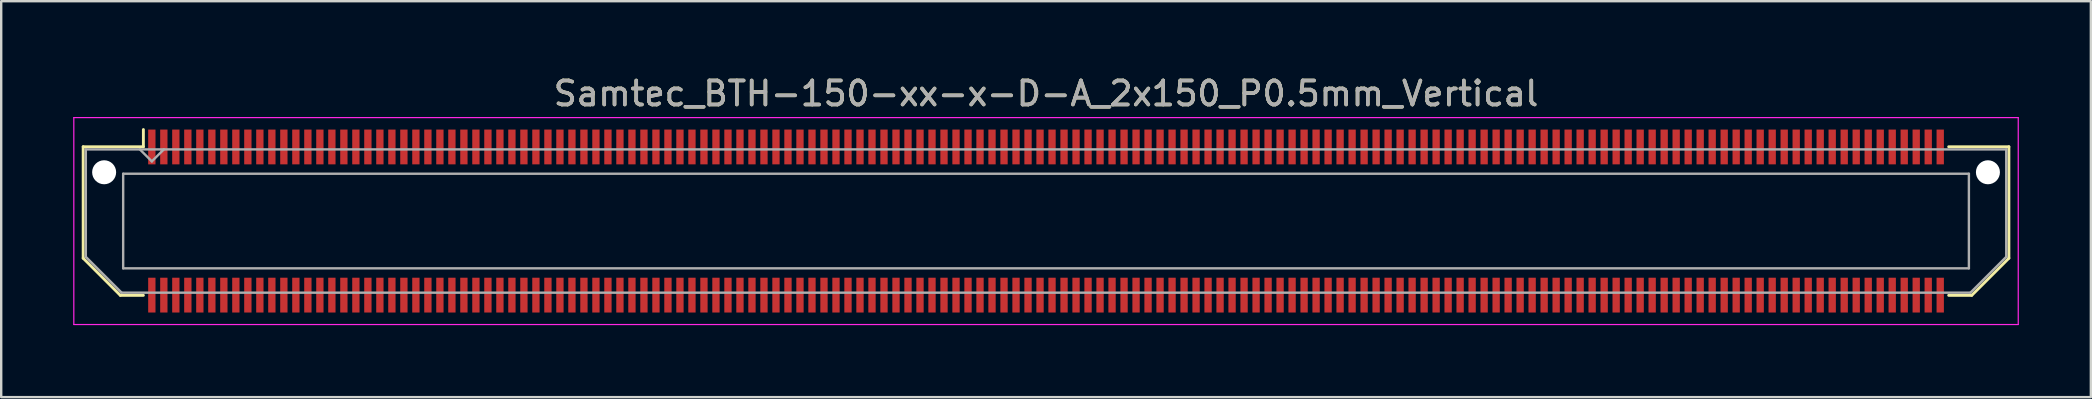
<source format=kicad_pcb>
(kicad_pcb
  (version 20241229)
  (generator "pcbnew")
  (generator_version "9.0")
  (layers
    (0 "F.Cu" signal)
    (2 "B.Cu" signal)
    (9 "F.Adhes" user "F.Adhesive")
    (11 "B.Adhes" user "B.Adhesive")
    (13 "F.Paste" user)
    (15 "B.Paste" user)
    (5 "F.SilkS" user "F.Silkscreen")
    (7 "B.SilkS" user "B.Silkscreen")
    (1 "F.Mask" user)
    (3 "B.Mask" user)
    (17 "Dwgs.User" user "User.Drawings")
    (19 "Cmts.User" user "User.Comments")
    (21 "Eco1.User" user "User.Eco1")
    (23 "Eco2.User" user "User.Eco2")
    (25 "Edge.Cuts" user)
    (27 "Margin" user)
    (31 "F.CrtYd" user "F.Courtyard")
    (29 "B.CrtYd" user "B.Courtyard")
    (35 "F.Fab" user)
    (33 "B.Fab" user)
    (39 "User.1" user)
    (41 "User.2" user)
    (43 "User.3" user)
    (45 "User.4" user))
  (footprint "Samtec_BTH-150-xx-x-D-A_2x150_P0.5mm_Vertical"
    (layer "F.Cu")
    (at 40.525 6.158)
    (property "Reference" "Samtec_BTH-150-xx-x-D-A_2x150_P0.5mm_Vertical" (at 0 -5.31 0) (layer "F.SilkS") (effects (font (size 1 1) (thickness 0.15))))
    (attr smd)
    (fp_line (start -40.11 -3.095) (end -40.11 1.548) (stroke (width 0.12) (type solid)) (layer "F.SilkS"))
    (fp_line (start -40.11 1.548) (end -38.562 3.095) (stroke (width 0.12) (type solid)) (layer "F.SilkS"))
    (fp_line (start -38.562 3.095) (end -37.602 3.095) (stroke (width 0.12) (type solid)) (layer "F.SilkS"))
    (fp_line (start -37.602 -3.811) (end -37.602 -3.095) (stroke (width 0.12) (type solid)) (layer "F.SilkS"))
    (fp_line (start -37.602 -3.095) (end -40.11 -3.095) (stroke (width 0.12) (type solid)) (layer "F.SilkS"))
    (fp_line (start 37.602 -3.095) (end 40.11 -3.095) (stroke (width 0.12) (type solid)) (layer "F.SilkS"))
    (fp_line (start 38.562 3.095) (end 37.602 3.095) (stroke (width 0.12) (type solid)) (layer "F.SilkS"))
    (fp_line (start 40.11 -3.095) (end 40.11 1.548) (stroke (width 0.12) (type solid)) (layer "F.SilkS"))
    (fp_line (start 40.11 1.548) (end 38.562 3.095) (stroke (width 0.12) (type solid)) (layer "F.SilkS"))
    (fp_line (start -40.5 -4.31) (end -40.5 4.31) (stroke (width 0.05) (type solid)) (layer "F.CrtYd"))
    (fp_line (start -40.5 4.31) (end 40.5 4.31) (stroke (width 0.05) (type solid)) (layer "F.CrtYd"))
    (fp_line (start 40.5 -4.31) (end -40.5 -4.31) (stroke (width 0.05) (type solid)) (layer "F.CrtYd"))
    (fp_line (start 40.5 4.31) (end 40.5 -4.31) (stroke (width 0.05) (type solid)) (layer "F.CrtYd"))
    (fp_line (start -40 -2.985) (end -40 1.492) (stroke (width 0.1) (type solid)) (layer "F.Fab"))
    (fp_line (start -40 -2.985) (end 40 -2.985) (stroke (width 0.1) (type solid)) (layer "F.Fab"))
    (fp_line (start -40 1.492) (end -38.508 2.985) (stroke (width 0.1) (type solid)) (layer "F.Fab"))
    (fp_line (start -38.508 2.985) (end 38.508 2.985) (stroke (width 0.1) (type solid)) (layer "F.Fab"))
    (fp_line (start -38.444 -1.97) (end -38.444 1.97) (stroke (width 0.1) (type solid)) (layer "F.Fab"))
    (fp_line (start -38.444 1.97) (end 38.444 1.97) (stroke (width 0.1) (type solid)) (layer "F.Fab"))
    (fp_line (start -37.25 -2.485) (end -37.75 -2.985) (stroke (width 0.1) (type solid)) (layer "F.Fab"))
    (fp_line (start -36.75 -2.985) (end -37.25 -2.485) (stroke (width 0.1) (type solid)) (layer "F.Fab"))
    (fp_line (start 38.444 -1.97) (end -38.444 -1.97) (stroke (width 0.1) (type solid)) (layer "F.Fab"))
    (fp_line (start 38.444 1.97) (end 38.444 -1.97) (stroke (width 0.1) (type solid)) (layer "F.Fab"))
    (fp_line (start 40 -2.985) (end 40 1.492) (stroke (width 0.1) (type solid)) (layer "F.Fab"))
    (fp_line (start 40 1.492) (end 38.508 2.985) (stroke (width 0.1) (type solid)) (layer "F.Fab"))
    (fp_text user "${REFERENCE}" (at 0 -5.31 0) (layer "F.Fab") (effects (font (size 1 1) (thickness 0.15))))
    (pad "" np_thru_hole circle (at -39.237 -2.032) (size 1 1) (drill 1) (layers "*.Cu" "*.Mask"))
    (pad "" np_thru_hole circle (at 39.237 -2.032) (size 1 1) (drill 1) (layers "*.Cu" "*.Mask"))
    (pad "1" smd rect (at -37.25 -3.086) (size 0.305 1.45) (layers "F.Cu" "F.Mask" "F.Paste"))
    (pad "2" smd rect (at -37.25 3.086) (size 0.305 1.45) (layers "F.Cu" "F.Mask" "F.Paste"))
    (pad "3" smd rect (at -36.75 -3.086) (size 0.305 1.45) (layers "F.Cu" "F.Mask" "F.Paste"))
    (pad "4" smd rect (at -36.75 3.086) (size 0.305 1.45) (layers "F.Cu" "F.Mask" "F.Paste"))
    (pad "5" smd rect (at -36.25 -3.086) (size 0.305 1.45) (layers "F.Cu" "F.Mask" "F.Paste"))
    (pad "6" smd rect (at -36.25 3.086) (size 0.305 1.45) (layers "F.Cu" "F.Mask" "F.Paste"))
    (pad "7" smd rect (at -35.75 -3.086) (size 0.305 1.45) (layers "F.Cu" "F.Mask" "F.Paste"))
    (pad "8" smd rect (at -35.75 3.086) (size 0.305 1.45) (layers "F.Cu" "F.Mask" "F.Paste"))
    (pad "9" smd rect (at -35.25 -3.086) (size 0.305 1.45) (layers "F.Cu" "F.Mask" "F.Paste"))
    (pad "10" smd rect (at -35.25 3.086) (size 0.305 1.45) (layers "F.Cu" "F.Mask" "F.Paste"))
    (pad "11" smd rect (at -34.75 -3.086) (size 0.305 1.45) (layers "F.Cu" "F.Mask" "F.Paste"))
    (pad "12" smd rect (at -34.75 3.086) (size 0.305 1.45) (layers "F.Cu" "F.Mask" "F.Paste"))
    (pad "13" smd rect (at -34.25 -3.086) (size 0.305 1.45) (layers "F.Cu" "F.Mask" "F.Paste"))
    (pad "14" smd rect (at -34.25 3.086) (size 0.305 1.45) (layers "F.Cu" "F.Mask" "F.Paste"))
    (pad "15" smd rect (at -33.75 -3.086) (size 0.305 1.45) (layers "F.Cu" "F.Mask" "F.Paste"))
    (pad "16" smd rect (at -33.75 3.086) (size 0.305 1.45) (layers "F.Cu" "F.Mask" "F.Paste"))
    (pad "17" smd rect (at -33.25 -3.086) (size 0.305 1.45) (layers "F.Cu" "F.Mask" "F.Paste"))
    (pad "18" smd rect (at -33.25 3.086) (size 0.305 1.45) (layers "F.Cu" "F.Mask" "F.Paste"))
    (pad "19" smd rect (at -32.75 -3.086) (size 0.305 1.45) (layers "F.Cu" "F.Mask" "F.Paste"))
    (pad "20" smd rect (at -32.75 3.086) (size 0.305 1.45) (layers "F.Cu" "F.Mask" "F.Paste"))
    (pad "21" smd rect (at -32.25 -3.086) (size 0.305 1.45) (layers "F.Cu" "F.Mask" "F.Paste"))
    (pad "22" smd rect (at -32.25 3.086) (size 0.305 1.45) (layers "F.Cu" "F.Mask" "F.Paste"))
    (pad "23" smd rect (at -31.75 -3.086) (size 0.305 1.45) (layers "F.Cu" "F.Mask" "F.Paste"))
    (pad "24" smd rect (at -31.75 3.086) (size 0.305 1.45) (layers "F.Cu" "F.Mask" "F.Paste"))
    (pad "25" smd rect (at -31.25 -3.086) (size 0.305 1.45) (layers "F.Cu" "F.Mask" "F.Paste"))
    (pad "26" smd rect (at -31.25 3.086) (size 0.305 1.45) (layers "F.Cu" "F.Mask" "F.Paste"))
    (pad "27" smd rect (at -30.75 -3.086) (size 0.305 1.45) (layers "F.Cu" "F.Mask" "F.Paste"))
    (pad "28" smd rect (at -30.75 3.086) (size 0.305 1.45) (layers "F.Cu" "F.Mask" "F.Paste"))
    (pad "29" smd rect (at -30.25 -3.086) (size 0.305 1.45) (layers "F.Cu" "F.Mask" "F.Paste"))
    (pad "30" smd rect (at -30.25 3.086) (size 0.305 1.45) (layers "F.Cu" "F.Mask" "F.Paste"))
    (pad "31" smd rect (at -29.75 -3.086) (size 0.305 1.45) (layers "F.Cu" "F.Mask" "F.Paste"))
    (pad "32" smd rect (at -29.75 3.086) (size 0.305 1.45) (layers "F.Cu" "F.Mask" "F.Paste"))
    (pad "33" smd rect (at -29.25 -3.086) (size 0.305 1.45) (layers "F.Cu" "F.Mask" "F.Paste"))
    (pad "34" smd rect (at -29.25 3.086) (size 0.305 1.45) (layers "F.Cu" "F.Mask" "F.Paste"))
    (pad "35" smd rect (at -28.75 -3.086) (size 0.305 1.45) (layers "F.Cu" "F.Mask" "F.Paste"))
    (pad "36" smd rect (at -28.75 3.086) (size 0.305 1.45) (layers "F.Cu" "F.Mask" "F.Paste"))
    (pad "37" smd rect (at -28.25 -3.086) (size 0.305 1.45) (layers "F.Cu" "F.Mask" "F.Paste"))
    (pad "38" smd rect (at -28.25 3.086) (size 0.305 1.45) (layers "F.Cu" "F.Mask" "F.Paste"))
    (pad "39" smd rect (at -27.75 -3.086) (size 0.305 1.45) (layers "F.Cu" "F.Mask" "F.Paste"))
    (pad "40" smd rect (at -27.75 3.086) (size 0.305 1.45) (layers "F.Cu" "F.Mask" "F.Paste"))
    (pad "41" smd rect (at -27.25 -3.086) (size 0.305 1.45) (layers "F.Cu" "F.Mask" "F.Paste"))
    (pad "42" smd rect (at -27.25 3.086) (size 0.305 1.45) (layers "F.Cu" "F.Mask" "F.Paste"))
    (pad "43" smd rect (at -26.75 -3.086) (size 0.305 1.45) (layers "F.Cu" "F.Mask" "F.Paste"))
    (pad "44" smd rect (at -26.75 3.086) (size 0.305 1.45) (layers "F.Cu" "F.Mask" "F.Paste"))
    (pad "45" smd rect (at -26.25 -3.086) (size 0.305 1.45) (layers "F.Cu" "F.Mask" "F.Paste"))
    (pad "46" smd rect (at -26.25 3.086) (size 0.305 1.45) (layers "F.Cu" "F.Mask" "F.Paste"))
    (pad "47" smd rect (at -25.75 -3.086) (size 0.305 1.45) (layers "F.Cu" "F.Mask" "F.Paste"))
    (pad "48" smd rect (at -25.75 3.086) (size 0.305 1.45) (layers "F.Cu" "F.Mask" "F.Paste"))
    (pad "49" smd rect (at -25.25 -3.086) (size 0.305 1.45) (layers "F.Cu" "F.Mask" "F.Paste"))
    (pad "50" smd rect (at -25.25 3.086) (size 0.305 1.45) (layers "F.Cu" "F.Mask" "F.Paste"))
    (pad "51" smd rect (at -24.75 -3.086) (size 0.305 1.45) (layers "F.Cu" "F.Mask" "F.Paste"))
    (pad "52" smd rect (at -24.75 3.086) (size 0.305 1.45) (layers "F.Cu" "F.Mask" "F.Paste"))
    (pad "53" smd rect (at -24.25 -3.086) (size 0.305 1.45) (layers "F.Cu" "F.Mask" "F.Paste"))
    (pad "54" smd rect (at -24.25 3.086) (size 0.305 1.45) (layers "F.Cu" "F.Mask" "F.Paste"))
    (pad "55" smd rect (at -23.75 -3.086) (size 0.305 1.45) (layers "F.Cu" "F.Mask" "F.Paste"))
    (pad "56" smd rect (at -23.75 3.086) (size 0.305 1.45) (layers "F.Cu" "F.Mask" "F.Paste"))
    (pad "57" smd rect (at -23.25 -3.086) (size 0.305 1.45) (layers "F.Cu" "F.Mask" "F.Paste"))
    (pad "58" smd rect (at -23.25 3.086) (size 0.305 1.45) (layers "F.Cu" "F.Mask" "F.Paste"))
    (pad "59" smd rect (at -22.75 -3.086) (size 0.305 1.45) (layers "F.Cu" "F.Mask" "F.Paste"))
    (pad "60" smd rect (at -22.75 3.086) (size 0.305 1.45) (layers "F.Cu" "F.Mask" "F.Paste"))
    (pad "61" smd rect (at -22.25 -3.086) (size 0.305 1.45) (layers "F.Cu" "F.Mask" "F.Paste"))
    (pad "62" smd rect (at -22.25 3.086) (size 0.305 1.45) (layers "F.Cu" "F.Mask" "F.Paste"))
    (pad "63" smd rect (at -21.75 -3.086) (size 0.305 1.45) (layers "F.Cu" "F.Mask" "F.Paste"))
    (pad "64" smd rect (at -21.75 3.086) (size 0.305 1.45) (layers "F.Cu" "F.Mask" "F.Paste"))
    (pad "65" smd rect (at -21.25 -3.086) (size 0.305 1.45) (layers "F.Cu" "F.Mask" "F.Paste"))
    (pad "66" smd rect (at -21.25 3.086) (size 0.305 1.45) (layers "F.Cu" "F.Mask" "F.Paste"))
    (pad "67" smd rect (at -20.75 -3.086) (size 0.305 1.45) (layers "F.Cu" "F.Mask" "F.Paste"))
    (pad "68" smd rect (at -20.75 3.086) (size 0.305 1.45) (layers "F.Cu" "F.Mask" "F.Paste"))
    (pad "69" smd rect (at -20.25 -3.086) (size 0.305 1.45) (layers "F.Cu" "F.Mask" "F.Paste"))
    (pad "70" smd rect (at -20.25 3.086) (size 0.305 1.45) (layers "F.Cu" "F.Mask" "F.Paste"))
    (pad "71" smd rect (at -19.75 -3.086) (size 0.305 1.45) (layers "F.Cu" "F.Mask" "F.Paste"))
    (pad "72" smd rect (at -19.75 3.086) (size 0.305 1.45) (layers "F.Cu" "F.Mask" "F.Paste"))
    (pad "73" smd rect (at -19.25 -3.086) (size 0.305 1.45) (layers "F.Cu" "F.Mask" "F.Paste"))
    (pad "74" smd rect (at -19.25 3.086) (size 0.305 1.45) (layers "F.Cu" "F.Mask" "F.Paste"))
    (pad "75" smd rect (at -18.75 -3.086) (size 0.305 1.45) (layers "F.Cu" "F.Mask" "F.Paste"))
    (pad "76" smd rect (at -18.75 3.086) (size 0.305 1.45) (layers "F.Cu" "F.Mask" "F.Paste"))
    (pad "77" smd rect (at -18.25 -3.086) (size 0.305 1.45) (layers "F.Cu" "F.Mask" "F.Paste"))
    (pad "78" smd rect (at -18.25 3.086) (size 0.305 1.45) (layers "F.Cu" "F.Mask" "F.Paste"))
    (pad "79" smd rect (at -17.75 -3.086) (size 0.305 1.45) (layers "F.Cu" "F.Mask" "F.Paste"))
    (pad "80" smd rect (at -17.75 3.086) (size 0.305 1.45) (layers "F.Cu" "F.Mask" "F.Paste"))
    (pad "81" smd rect (at -17.25 -3.086) (size 0.305 1.45) (layers "F.Cu" "F.Mask" "F.Paste"))
    (pad "82" smd rect (at -17.25 3.086) (size 0.305 1.45) (layers "F.Cu" "F.Mask" "F.Paste"))
    (pad "83" smd rect (at -16.75 -3.086) (size 0.305 1.45) (layers "F.Cu" "F.Mask" "F.Paste"))
    (pad "84" smd rect (at -16.75 3.086) (size 0.305 1.45) (layers "F.Cu" "F.Mask" "F.Paste"))
    (pad "85" smd rect (at -16.25 -3.086) (size 0.305 1.45) (layers "F.Cu" "F.Mask" "F.Paste"))
    (pad "86" smd rect (at -16.25 3.086) (size 0.305 1.45) (layers "F.Cu" "F.Mask" "F.Paste"))
    (pad "87" smd rect (at -15.75 -3.086) (size 0.305 1.45) (layers "F.Cu" "F.Mask" "F.Paste"))
    (pad "88" smd rect (at -15.75 3.086) (size 0.305 1.45) (layers "F.Cu" "F.Mask" "F.Paste"))
    (pad "89" smd rect (at -15.25 -3.086) (size 0.305 1.45) (layers "F.Cu" "F.Mask" "F.Paste"))
    (pad "90" smd rect (at -15.25 3.086) (size 0.305 1.45) (layers "F.Cu" "F.Mask" "F.Paste"))
    (pad "91" smd rect (at -14.75 -3.086) (size 0.305 1.45) (layers "F.Cu" "F.Mask" "F.Paste"))
    (pad "92" smd rect (at -14.75 3.086) (size 0.305 1.45) (layers "F.Cu" "F.Mask" "F.Paste"))
    (pad "93" smd rect (at -14.25 -3.086) (size 0.305 1.45) (layers "F.Cu" "F.Mask" "F.Paste"))
    (pad "94" smd rect (at -14.25 3.086) (size 0.305 1.45) (layers "F.Cu" "F.Mask" "F.Paste"))
    (pad "95" smd rect (at -13.75 -3.086) (size 0.305 1.45) (layers "F.Cu" "F.Mask" "F.Paste"))
    (pad "96" smd rect (at -13.75 3.086) (size 0.305 1.45) (layers "F.Cu" "F.Mask" "F.Paste"))
    (pad "97" smd rect (at -13.25 -3.086) (size 0.305 1.45) (layers "F.Cu" "F.Mask" "F.Paste"))
    (pad "98" smd rect (at -13.25 3.086) (size 0.305 1.45) (layers "F.Cu" "F.Mask" "F.Paste"))
    (pad "99" smd rect (at -12.75 -3.086) (size 0.305 1.45) (layers "F.Cu" "F.Mask" "F.Paste"))
    (pad "100" smd rect (at -12.75 3.086) (size 0.305 1.45) (layers "F.Cu" "F.Mask" "F.Paste"))
    (pad "101" smd rect (at -12.25 -3.086) (size 0.305 1.45) (layers "F.Cu" "F.Mask" "F.Paste"))
    (pad "102" smd rect (at -12.25 3.086) (size 0.305 1.45) (layers "F.Cu" "F.Mask" "F.Paste"))
    (pad "103" smd rect (at -11.75 -3.086) (size 0.305 1.45) (layers "F.Cu" "F.Mask" "F.Paste"))
    (pad "104" smd rect (at -11.75 3.086) (size 0.305 1.45) (layers "F.Cu" "F.Mask" "F.Paste"))
    (pad "105" smd rect (at -11.25 -3.086) (size 0.305 1.45) (layers "F.Cu" "F.Mask" "F.Paste"))
    (pad "106" smd rect (at -11.25 3.086) (size 0.305 1.45) (layers "F.Cu" "F.Mask" "F.Paste"))
    (pad "107" smd rect (at -10.75 -3.086) (size 0.305 1.45) (layers "F.Cu" "F.Mask" "F.Paste"))
    (pad "108" smd rect (at -10.75 3.086) (size 0.305 1.45) (layers "F.Cu" "F.Mask" "F.Paste"))
    (pad "109" smd rect (at -10.25 -3.086) (size 0.305 1.45) (layers "F.Cu" "F.Mask" "F.Paste"))
    (pad "110" smd rect (at -10.25 3.086) (size 0.305 1.45) (layers "F.Cu" "F.Mask" "F.Paste"))
    (pad "111" smd rect (at -9.75 -3.086) (size 0.305 1.45) (layers "F.Cu" "F.Mask" "F.Paste"))
    (pad "112" smd rect (at -9.75 3.086) (size 0.305 1.45) (layers "F.Cu" "F.Mask" "F.Paste"))
    (pad "113" smd rect (at -9.25 -3.086) (size 0.305 1.45) (layers "F.Cu" "F.Mask" "F.Paste"))
    (pad "114" smd rect (at -9.25 3.086) (size 0.305 1.45) (layers "F.Cu" "F.Mask" "F.Paste"))
    (pad "115" smd rect (at -8.75 -3.086) (size 0.305 1.45) (layers "F.Cu" "F.Mask" "F.Paste"))
    (pad "116" smd rect (at -8.75 3.086) (size 0.305 1.45) (layers "F.Cu" "F.Mask" "F.Paste"))
    (pad "117" smd rect (at -8.25 -3.086) (size 0.305 1.45) (layers "F.Cu" "F.Mask" "F.Paste"))
    (pad "118" smd rect (at -8.25 3.086) (size 0.305 1.45) (layers "F.Cu" "F.Mask" "F.Paste"))
    (pad "119" smd rect (at -7.75 -3.086) (size 0.305 1.45) (layers "F.Cu" "F.Mask" "F.Paste"))
    (pad "120" smd rect (at -7.75 3.086) (size 0.305 1.45) (layers "F.Cu" "F.Mask" "F.Paste"))
    (pad "121" smd rect (at -7.25 -3.086) (size 0.305 1.45) (layers "F.Cu" "F.Mask" "F.Paste"))
    (pad "122" smd rect (at -7.25 3.086) (size 0.305 1.45) (layers "F.Cu" "F.Mask" "F.Paste"))
    (pad "123" smd rect (at -6.75 -3.086) (size 0.305 1.45) (layers "F.Cu" "F.Mask" "F.Paste"))
    (pad "124" smd rect (at -6.75 3.086) (size 0.305 1.45) (layers "F.Cu" "F.Mask" "F.Paste"))
    (pad "125" smd rect (at -6.25 -3.086) (size 0.305 1.45) (layers "F.Cu" "F.Mask" "F.Paste"))
    (pad "126" smd rect (at -6.25 3.086) (size 0.305 1.45) (layers "F.Cu" "F.Mask" "F.Paste"))
    (pad "127" smd rect (at -5.75 -3.086) (size 0.305 1.45) (layers "F.Cu" "F.Mask" "F.Paste"))
    (pad "128" smd rect (at -5.75 3.086) (size 0.305 1.45) (layers "F.Cu" "F.Mask" "F.Paste"))
    (pad "129" smd rect (at -5.25 -3.086) (size 0.305 1.45) (layers "F.Cu" "F.Mask" "F.Paste"))
    (pad "130" smd rect (at -5.25 3.086) (size 0.305 1.45) (layers "F.Cu" "F.Mask" "F.Paste"))
    (pad "131" smd rect (at -4.75 -3.086) (size 0.305 1.45) (layers "F.Cu" "F.Mask" "F.Paste"))
    (pad "132" smd rect (at -4.75 3.086) (size 0.305 1.45) (layers "F.Cu" "F.Mask" "F.Paste"))
    (pad "133" smd rect (at -4.25 -3.086) (size 0.305 1.45) (layers "F.Cu" "F.Mask" "F.Paste"))
    (pad "134" smd rect (at -4.25 3.086) (size 0.305 1.45) (layers "F.Cu" "F.Mask" "F.Paste"))
    (pad "135" smd rect (at -3.75 -3.086) (size 0.305 1.45) (layers "F.Cu" "F.Mask" "F.Paste"))
    (pad "136" smd rect (at -3.75 3.086) (size 0.305 1.45) (layers "F.Cu" "F.Mask" "F.Paste"))
    (pad "137" smd rect (at -3.25 -3.086) (size 0.305 1.45) (layers "F.Cu" "F.Mask" "F.Paste"))
    (pad "138" smd rect (at -3.25 3.086) (size 0.305 1.45) (layers "F.Cu" "F.Mask" "F.Paste"))
    (pad "139" smd rect (at -2.75 -3.086) (size 0.305 1.45) (layers "F.Cu" "F.Mask" "F.Paste"))
    (pad "140" smd rect (at -2.75 3.086) (size 0.305 1.45) (layers "F.Cu" "F.Mask" "F.Paste"))
    (pad "141" smd rect (at -2.25 -3.086) (size 0.305 1.45) (layers "F.Cu" "F.Mask" "F.Paste"))
    (pad "142" smd rect (at -2.25 3.086) (size 0.305 1.45) (layers "F.Cu" "F.Mask" "F.Paste"))
    (pad "143" smd rect (at -1.75 -3.086) (size 0.305 1.45) (layers "F.Cu" "F.Mask" "F.Paste"))
    (pad "144" smd rect (at -1.75 3.086) (size 0.305 1.45) (layers "F.Cu" "F.Mask" "F.Paste"))
    (pad "145" smd rect (at -1.25 -3.086) (size 0.305 1.45) (layers "F.Cu" "F.Mask" "F.Paste"))
    (pad "146" smd rect (at -1.25 3.086) (size 0.305 1.45) (layers "F.Cu" "F.Mask" "F.Paste"))
    (pad "147" smd rect (at -0.75 -3.086) (size 0.305 1.45) (layers "F.Cu" "F.Mask" "F.Paste"))
    (pad "148" smd rect (at -0.75 3.086) (size 0.305 1.45) (layers "F.Cu" "F.Mask" "F.Paste"))
    (pad "149" smd rect (at -0.25 -3.086) (size 0.305 1.45) (layers "F.Cu" "F.Mask" "F.Paste"))
    (pad "150" smd rect (at -0.25 3.086) (size 0.305 1.45) (layers "F.Cu" "F.Mask" "F.Paste"))
    (pad "151" smd rect (at 0.25 -3.086) (size 0.305 1.45) (layers "F.Cu" "F.Mask" "F.Paste"))
    (pad "152" smd rect (at 0.25 3.086) (size 0.305 1.45) (layers "F.Cu" "F.Mask" "F.Paste"))
    (pad "153" smd rect (at 0.75 -3.086) (size 0.305 1.45) (layers "F.Cu" "F.Mask" "F.Paste"))
    (pad "154" smd rect (at 0.75 3.086) (size 0.305 1.45) (layers "F.Cu" "F.Mask" "F.Paste"))
    (pad "155" smd rect (at 1.25 -3.086) (size 0.305 1.45) (layers "F.Cu" "F.Mask" "F.Paste"))
    (pad "156" smd rect (at 1.25 3.086) (size 0.305 1.45) (layers "F.Cu" "F.Mask" "F.Paste"))
    (pad "157" smd rect (at 1.75 -3.086) (size 0.305 1.45) (layers "F.Cu" "F.Mask" "F.Paste"))
    (pad "158" smd rect (at 1.75 3.086) (size 0.305 1.45) (layers "F.Cu" "F.Mask" "F.Paste"))
    (pad "159" smd rect (at 2.25 -3.086) (size 0.305 1.45) (layers "F.Cu" "F.Mask" "F.Paste"))
    (pad "160" smd rect (at 2.25 3.086) (size 0.305 1.45) (layers "F.Cu" "F.Mask" "F.Paste"))
    (pad "161" smd rect (at 2.75 -3.086) (size 0.305 1.45) (layers "F.Cu" "F.Mask" "F.Paste"))
    (pad "162" smd rect (at 2.75 3.086) (size 0.305 1.45) (layers "F.Cu" "F.Mask" "F.Paste"))
    (pad "163" smd rect (at 3.25 -3.086) (size 0.305 1.45) (layers "F.Cu" "F.Mask" "F.Paste"))
    (pad "164" smd rect (at 3.25 3.086) (size 0.305 1.45) (layers "F.Cu" "F.Mask" "F.Paste"))
    (pad "165" smd rect (at 3.75 -3.086) (size 0.305 1.45) (layers "F.Cu" "F.Mask" "F.Paste"))
    (pad "166" smd rect (at 3.75 3.086) (size 0.305 1.45) (layers "F.Cu" "F.Mask" "F.Paste"))
    (pad "167" smd rect (at 4.25 -3.086) (size 0.305 1.45) (layers "F.Cu" "F.Mask" "F.Paste"))
    (pad "168" smd rect (at 4.25 3.086) (size 0.305 1.45) (layers "F.Cu" "F.Mask" "F.Paste"))
    (pad "169" smd rect (at 4.75 -3.086) (size 0.305 1.45) (layers "F.Cu" "F.Mask" "F.Paste"))
    (pad "170" smd rect (at 4.75 3.086) (size 0.305 1.45) (layers "F.Cu" "F.Mask" "F.Paste"))
    (pad "171" smd rect (at 5.25 -3.086) (size 0.305 1.45) (layers "F.Cu" "F.Mask" "F.Paste"))
    (pad "172" smd rect (at 5.25 3.086) (size 0.305 1.45) (layers "F.Cu" "F.Mask" "F.Paste"))
    (pad "173" smd rect (at 5.75 -3.086) (size 0.305 1.45) (layers "F.Cu" "F.Mask" "F.Paste"))
    (pad "174" smd rect (at 5.75 3.086) (size 0.305 1.45) (layers "F.Cu" "F.Mask" "F.Paste"))
    (pad "175" smd rect (at 6.25 -3.086) (size 0.305 1.45) (layers "F.Cu" "F.Mask" "F.Paste"))
    (pad "176" smd rect (at 6.25 3.086) (size 0.305 1.45) (layers "F.Cu" "F.Mask" "F.Paste"))
    (pad "177" smd rect (at 6.75 -3.086) (size 0.305 1.45) (layers "F.Cu" "F.Mask" "F.Paste"))
    (pad "178" smd rect (at 6.75 3.086) (size 0.305 1.45) (layers "F.Cu" "F.Mask" "F.Paste"))
    (pad "179" smd rect (at 7.25 -3.086) (size 0.305 1.45) (layers "F.Cu" "F.Mask" "F.Paste"))
    (pad "180" smd rect (at 7.25 3.086) (size 0.305 1.45) (layers "F.Cu" "F.Mask" "F.Paste"))
    (pad "181" smd rect (at 7.75 -3.086) (size 0.305 1.45) (layers "F.Cu" "F.Mask" "F.Paste"))
    (pad "182" smd rect (at 7.75 3.086) (size 0.305 1.45) (layers "F.Cu" "F.Mask" "F.Paste"))
    (pad "183" smd rect (at 8.25 -3.086) (size 0.305 1.45) (layers "F.Cu" "F.Mask" "F.Paste"))
    (pad "184" smd rect (at 8.25 3.086) (size 0.305 1.45) (layers "F.Cu" "F.Mask" "F.Paste"))
    (pad "185" smd rect (at 8.75 -3.086) (size 0.305 1.45) (layers "F.Cu" "F.Mask" "F.Paste"))
    (pad "186" smd rect (at 8.75 3.086) (size 0.305 1.45) (layers "F.Cu" "F.Mask" "F.Paste"))
    (pad "187" smd rect (at 9.25 -3.086) (size 0.305 1.45) (layers "F.Cu" "F.Mask" "F.Paste"))
    (pad "188" smd rect (at 9.25 3.086) (size 0.305 1.45) (layers "F.Cu" "F.Mask" "F.Paste"))
    (pad "189" smd rect (at 9.75 -3.086) (size 0.305 1.45) (layers "F.Cu" "F.Mask" "F.Paste"))
    (pad "190" smd rect (at 9.75 3.086) (size 0.305 1.45) (layers "F.Cu" "F.Mask" "F.Paste"))
    (pad "191" smd rect (at 10.25 -3.086) (size 0.305 1.45) (layers "F.Cu" "F.Mask" "F.Paste"))
    (pad "192" smd rect (at 10.25 3.086) (size 0.305 1.45) (layers "F.Cu" "F.Mask" "F.Paste"))
    (pad "193" smd rect (at 10.75 -3.086) (size 0.305 1.45) (layers "F.Cu" "F.Mask" "F.Paste"))
    (pad "194" smd rect (at 10.75 3.086) (size 0.305 1.45) (layers "F.Cu" "F.Mask" "F.Paste"))
    (pad "195" smd rect (at 11.25 -3.086) (size 0.305 1.45) (layers "F.Cu" "F.Mask" "F.Paste"))
    (pad "196" smd rect (at 11.25 3.086) (size 0.305 1.45) (layers "F.Cu" "F.Mask" "F.Paste"))
    (pad "197" smd rect (at 11.75 -3.086) (size 0.305 1.45) (layers "F.Cu" "F.Mask" "F.Paste"))
    (pad "198" smd rect (at 11.75 3.086) (size 0.305 1.45) (layers "F.Cu" "F.Mask" "F.Paste"))
    (pad "199" smd rect (at 12.25 -3.086) (size 0.305 1.45) (layers "F.Cu" "F.Mask" "F.Paste"))
    (pad "200" smd rect (at 12.25 3.086) (size 0.305 1.45) (layers "F.Cu" "F.Mask" "F.Paste"))
    (pad "201" smd rect (at 12.75 -3.086) (size 0.305 1.45) (layers "F.Cu" "F.Mask" "F.Paste"))
    (pad "202" smd rect (at 12.75 3.086) (size 0.305 1.45) (layers "F.Cu" "F.Mask" "F.Paste"))
    (pad "203" smd rect (at 13.25 -3.086) (size 0.305 1.45) (layers "F.Cu" "F.Mask" "F.Paste"))
    (pad "204" smd rect (at 13.25 3.086) (size 0.305 1.45) (layers "F.Cu" "F.Mask" "F.Paste"))
    (pad "205" smd rect (at 13.75 -3.086) (size 0.305 1.45) (layers "F.Cu" "F.Mask" "F.Paste"))
    (pad "206" smd rect (at 13.75 3.086) (size 0.305 1.45) (layers "F.Cu" "F.Mask" "F.Paste"))
    (pad "207" smd rect (at 14.25 -3.086) (size 0.305 1.45) (layers "F.Cu" "F.Mask" "F.Paste"))
    (pad "208" smd rect (at 14.25 3.086) (size 0.305 1.45) (layers "F.Cu" "F.Mask" "F.Paste"))
    (pad "209" smd rect (at 14.75 -3.086) (size 0.305 1.45) (layers "F.Cu" "F.Mask" "F.Paste"))
    (pad "210" smd rect (at 14.75 3.086) (size 0.305 1.45) (layers "F.Cu" "F.Mask" "F.Paste"))
    (pad "211" smd rect (at 15.25 -3.086) (size 0.305 1.45) (layers "F.Cu" "F.Mask" "F.Paste"))
    (pad "212" smd rect (at 15.25 3.086) (size 0.305 1.45) (layers "F.Cu" "F.Mask" "F.Paste"))
    (pad "213" smd rect (at 15.75 -3.086) (size 0.305 1.45) (layers "F.Cu" "F.Mask" "F.Paste"))
    (pad "214" smd rect (at 15.75 3.086) (size 0.305 1.45) (layers "F.Cu" "F.Mask" "F.Paste"))
    (pad "215" smd rect (at 16.25 -3.086) (size 0.305 1.45) (layers "F.Cu" "F.Mask" "F.Paste"))
    (pad "216" smd rect (at 16.25 3.086) (size 0.305 1.45) (layers "F.Cu" "F.Mask" "F.Paste"))
    (pad "217" smd rect (at 16.75 -3.086) (size 0.305 1.45) (layers "F.Cu" "F.Mask" "F.Paste"))
    (pad "218" smd rect (at 16.75 3.086) (size 0.305 1.45) (layers "F.Cu" "F.Mask" "F.Paste"))
    (pad "219" smd rect (at 17.25 -3.086) (size 0.305 1.45) (layers "F.Cu" "F.Mask" "F.Paste"))
    (pad "220" smd rect (at 17.25 3.086) (size 0.305 1.45) (layers "F.Cu" "F.Mask" "F.Paste"))
    (pad "221" smd rect (at 17.75 -3.086) (size 0.305 1.45) (layers "F.Cu" "F.Mask" "F.Paste"))
    (pad "222" smd rect (at 17.75 3.086) (size 0.305 1.45) (layers "F.Cu" "F.Mask" "F.Paste"))
    (pad "223" smd rect (at 18.25 -3.086) (size 0.305 1.45) (layers "F.Cu" "F.Mask" "F.Paste"))
    (pad "224" smd rect (at 18.25 3.086) (size 0.305 1.45) (layers "F.Cu" "F.Mask" "F.Paste"))
    (pad "225" smd rect (at 18.75 -3.086) (size 0.305 1.45) (layers "F.Cu" "F.Mask" "F.Paste"))
    (pad "226" smd rect (at 18.75 3.086) (size 0.305 1.45) (layers "F.Cu" "F.Mask" "F.Paste"))
    (pad "227" smd rect (at 19.25 -3.086) (size 0.305 1.45) (layers "F.Cu" "F.Mask" "F.Paste"))
    (pad "228" smd rect (at 19.25 3.086) (size 0.305 1.45) (layers "F.Cu" "F.Mask" "F.Paste"))
    (pad "229" smd rect (at 19.75 -3.086) (size 0.305 1.45) (layers "F.Cu" "F.Mask" "F.Paste"))
    (pad "230" smd rect (at 19.75 3.086) (size 0.305 1.45) (layers "F.Cu" "F.Mask" "F.Paste"))
    (pad "231" smd rect (at 20.25 -3.086) (size 0.305 1.45) (layers "F.Cu" "F.Mask" "F.Paste"))
    (pad "232" smd rect (at 20.25 3.086) (size 0.305 1.45) (layers "F.Cu" "F.Mask" "F.Paste"))
    (pad "233" smd rect (at 20.75 -3.086) (size 0.305 1.45) (layers "F.Cu" "F.Mask" "F.Paste"))
    (pad "234" smd rect (at 20.75 3.086) (size 0.305 1.45) (layers "F.Cu" "F.Mask" "F.Paste"))
    (pad "235" smd rect (at 21.25 -3.086) (size 0.305 1.45) (layers "F.Cu" "F.Mask" "F.Paste"))
    (pad "236" smd rect (at 21.25 3.086) (size 0.305 1.45) (layers "F.Cu" "F.Mask" "F.Paste"))
    (pad "237" smd rect (at 21.75 -3.086) (size 0.305 1.45) (layers "F.Cu" "F.Mask" "F.Paste"))
    (pad "238" smd rect (at 21.75 3.086) (size 0.305 1.45) (layers "F.Cu" "F.Mask" "F.Paste"))
    (pad "239" smd rect (at 22.25 -3.086) (size 0.305 1.45) (layers "F.Cu" "F.Mask" "F.Paste"))
    (pad "240" smd rect (at 22.25 3.086) (size 0.305 1.45) (layers "F.Cu" "F.Mask" "F.Paste"))
    (pad "241" smd rect (at 22.75 -3.086) (size 0.305 1.45) (layers "F.Cu" "F.Mask" "F.Paste"))
    (pad "242" smd rect (at 22.75 3.086) (size 0.305 1.45) (layers "F.Cu" "F.Mask" "F.Paste"))
    (pad "243" smd rect (at 23.25 -3.086) (size 0.305 1.45) (layers "F.Cu" "F.Mask" "F.Paste"))
    (pad "244" smd rect (at 23.25 3.086) (size 0.305 1.45) (layers "F.Cu" "F.Mask" "F.Paste"))
    (pad "245" smd rect (at 23.75 -3.086) (size 0.305 1.45) (layers "F.Cu" "F.Mask" "F.Paste"))
    (pad "246" smd rect (at 23.75 3.086) (size 0.305 1.45) (layers "F.Cu" "F.Mask" "F.Paste"))
    (pad "247" smd rect (at 24.25 -3.086) (size 0.305 1.45) (layers "F.Cu" "F.Mask" "F.Paste"))
    (pad "248" smd rect (at 24.25 3.086) (size 0.305 1.45) (layers "F.Cu" "F.Mask" "F.Paste"))
    (pad "249" smd rect (at 24.75 -3.086) (size 0.305 1.45) (layers "F.Cu" "F.Mask" "F.Paste"))
    (pad "250" smd rect (at 24.75 3.086) (size 0.305 1.45) (layers "F.Cu" "F.Mask" "F.Paste"))
    (pad "251" smd rect (at 25.25 -3.086) (size 0.305 1.45) (layers "F.Cu" "F.Mask" "F.Paste"))
    (pad "252" smd rect (at 25.25 3.086) (size 0.305 1.45) (layers "F.Cu" "F.Mask" "F.Paste"))
    (pad "253" smd rect (at 25.75 -3.086) (size 0.305 1.45) (layers "F.Cu" "F.Mask" "F.Paste"))
    (pad "254" smd rect (at 25.75 3.086) (size 0.305 1.45) (layers "F.Cu" "F.Mask" "F.Paste"))
    (pad "255" smd rect (at 26.25 -3.086) (size 0.305 1.45) (layers "F.Cu" "F.Mask" "F.Paste"))
    (pad "256" smd rect (at 26.25 3.086) (size 0.305 1.45) (layers "F.Cu" "F.Mask" "F.Paste"))
    (pad "257" smd rect (at 26.75 -3.086) (size 0.305 1.45) (layers "F.Cu" "F.Mask" "F.Paste"))
    (pad "258" smd rect (at 26.75 3.086) (size 0.305 1.45) (layers "F.Cu" "F.Mask" "F.Paste"))
    (pad "259" smd rect (at 27.25 -3.086) (size 0.305 1.45) (layers "F.Cu" "F.Mask" "F.Paste"))
    (pad "260" smd rect (at 27.25 3.086) (size 0.305 1.45) (layers "F.Cu" "F.Mask" "F.Paste"))
    (pad "261" smd rect (at 27.75 -3.086) (size 0.305 1.45) (layers "F.Cu" "F.Mask" "F.Paste"))
    (pad "262" smd rect (at 27.75 3.086) (size 0.305 1.45) (layers "F.Cu" "F.Mask" "F.Paste"))
    (pad "263" smd rect (at 28.25 -3.086) (size 0.305 1.45) (layers "F.Cu" "F.Mask" "F.Paste"))
    (pad "264" smd rect (at 28.25 3.086) (size 0.305 1.45) (layers "F.Cu" "F.Mask" "F.Paste"))
    (pad "265" smd rect (at 28.75 -3.086) (size 0.305 1.45) (layers "F.Cu" "F.Mask" "F.Paste"))
    (pad "266" smd rect (at 28.75 3.086) (size 0.305 1.45) (layers "F.Cu" "F.Mask" "F.Paste"))
    (pad "267" smd rect (at 29.25 -3.086) (size 0.305 1.45) (layers "F.Cu" "F.Mask" "F.Paste"))
    (pad "268" smd rect (at 29.25 3.086) (size 0.305 1.45) (layers "F.Cu" "F.Mask" "F.Paste"))
    (pad "269" smd rect (at 29.75 -3.086) (size 0.305 1.45) (layers "F.Cu" "F.Mask" "F.Paste"))
    (pad "270" smd rect (at 29.75 3.086) (size 0.305 1.45) (layers "F.Cu" "F.Mask" "F.Paste"))
    (pad "271" smd rect (at 30.25 -3.086) (size 0.305 1.45) (layers "F.Cu" "F.Mask" "F.Paste"))
    (pad "272" smd rect (at 30.25 3.086) (size 0.305 1.45) (layers "F.Cu" "F.Mask" "F.Paste"))
    (pad "273" smd rect (at 30.75 -3.086) (size 0.305 1.45) (layers "F.Cu" "F.Mask" "F.Paste"))
    (pad "274" smd rect (at 30.75 3.086) (size 0.305 1.45) (layers "F.Cu" "F.Mask" "F.Paste"))
    (pad "275" smd rect (at 31.25 -3.086) (size 0.305 1.45) (layers "F.Cu" "F.Mask" "F.Paste"))
    (pad "276" smd rect (at 31.25 3.086) (size 0.305 1.45) (layers "F.Cu" "F.Mask" "F.Paste"))
    (pad "277" smd rect (at 31.75 -3.086) (size 0.305 1.45) (layers "F.Cu" "F.Mask" "F.Paste"))
    (pad "278" smd rect (at 31.75 3.086) (size 0.305 1.45) (layers "F.Cu" "F.Mask" "F.Paste"))
    (pad "279" smd rect (at 32.25 -3.086) (size 0.305 1.45) (layers "F.Cu" "F.Mask" "F.Paste"))
    (pad "280" smd rect (at 32.25 3.086) (size 0.305 1.45) (layers "F.Cu" "F.Mask" "F.Paste"))
    (pad "281" smd rect (at 32.75 -3.086) (size 0.305 1.45) (layers "F.Cu" "F.Mask" "F.Paste"))
    (pad "282" smd rect (at 32.75 3.086) (size 0.305 1.45) (layers "F.Cu" "F.Mask" "F.Paste"))
    (pad "283" smd rect (at 33.25 -3.086) (size 0.305 1.45) (layers "F.Cu" "F.Mask" "F.Paste"))
    (pad "284" smd rect (at 33.25 3.086) (size 0.305 1.45) (layers "F.Cu" "F.Mask" "F.Paste"))
    (pad "285" smd rect (at 33.75 -3.086) (size 0.305 1.45) (layers "F.Cu" "F.Mask" "F.Paste"))
    (pad "286" smd rect (at 33.75 3.086) (size 0.305 1.45) (layers "F.Cu" "F.Mask" "F.Paste"))
    (pad "287" smd rect (at 34.25 -3.086) (size 0.305 1.45) (layers "F.Cu" "F.Mask" "F.Paste"))
    (pad "288" smd rect (at 34.25 3.086) (size 0.305 1.45) (layers "F.Cu" "F.Mask" "F.Paste"))
    (pad "289" smd rect (at 34.75 -3.086) (size 0.305 1.45) (layers "F.Cu" "F.Mask" "F.Paste"))
    (pad "290" smd rect (at 34.75 3.086) (size 0.305 1.45) (layers "F.Cu" "F.Mask" "F.Paste"))
    (pad "291" smd rect (at 35.25 -3.086) (size 0.305 1.45) (layers "F.Cu" "F.Mask" "F.Paste"))
    (pad "292" smd rect (at 35.25 3.086) (size 0.305 1.45) (layers "F.Cu" "F.Mask" "F.Paste"))
    (pad "293" smd rect (at 35.75 -3.086) (size 0.305 1.45) (layers "F.Cu" "F.Mask" "F.Paste"))
    (pad "294" smd rect (at 35.75 3.086) (size 0.305 1.45) (layers "F.Cu" "F.Mask" "F.Paste"))
    (pad "295" smd rect (at 36.25 -3.086) (size 0.305 1.45) (layers "F.Cu" "F.Mask" "F.Paste"))
    (pad "296" smd rect (at 36.25 3.086) (size 0.305 1.45) (layers "F.Cu" "F.Mask" "F.Paste"))
    (pad "297" smd rect (at 36.75 -3.086) (size 0.305 1.45) (layers "F.Cu" "F.Mask" "F.Paste"))
    (pad "298" smd rect (at 36.75 3.086) (size 0.305 1.45) (layers "F.Cu" "F.Mask" "F.Paste"))
    (pad "299" smd rect (at 37.25 -3.086) (size 0.305 1.45) (layers "F.Cu" "F.Mask" "F.Paste"))
    (pad "300" smd rect (at 37.25 3.086) (size 0.305 1.45) (layers "F.Cu" "F.Mask" "F.Paste")))
  (gr_rect
    (start -3 -3)
    (end 84.05 13.493)
    (stroke (width 0.1) (type default))
    (fill no)
    (layer "Edge.Cuts")))
</source>
